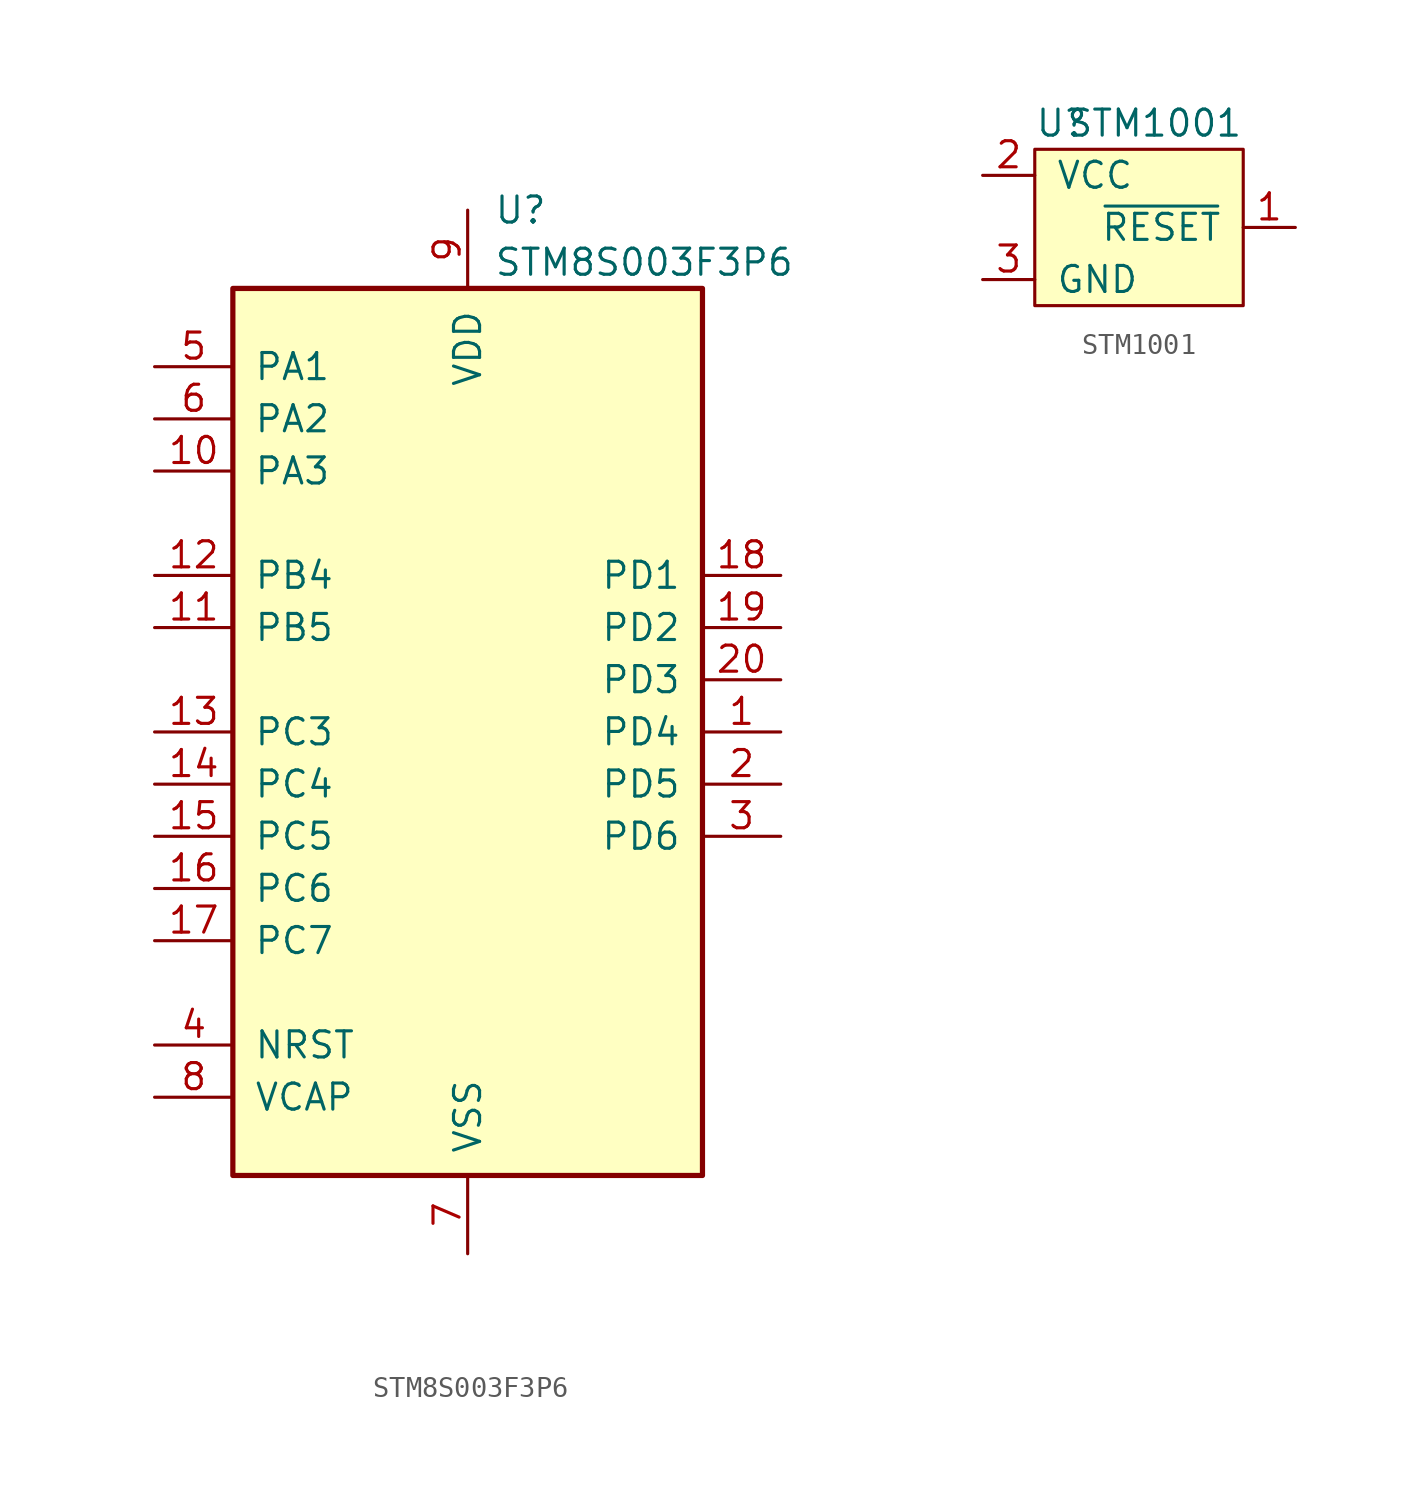
<source format=kicad_sym>
(kicad_symbol_lib
  (version 20211014)
  (generator kicad_symbol_editor)
  (symbol "STM8S003F3P6"
    (pin_names
      (offset 1.016))
    (property "Reference" "U"
      (at 1.27 25.4 0)
      (effects (font (size 1.27 1.27)) (justify left)))
    (property "Value" "STM8S003F3P6"
      (at 1.27 22.86 0)
      (effects (font (size 1.27 1.27)) (justify left)))
    (symbol "STM8S003F3P6_0_1"
      (rectangle (start -11.43 21.59) (end 11.43 -21.59) (stroke (width 0.254) (type default) (color 0 0 0 0)) (fill (type background))))
    (symbol "STM8S003F3P6_1_1"
      (pin bidirectional line (at 15.24 0 180) (length 3.81) (name "PD4" (effects (font (size 1.27 1.27)))) (number "1" (effects (font (size 1.27 1.27)))))
      (pin bidirectional line (at -15.24 12.7 0) (length 3.81) (name "PA3" (effects (font (size 1.27 1.27)))) (number "10" (effects (font (size 1.27 1.27)))))
      (pin bidirectional line (at -15.24 5.08 0) (length 3.81) (name "PB5" (effects (font (size 1.27 1.27)))) (number "11" (effects (font (size 1.27 1.27)))))
      (pin bidirectional line (at -15.24 7.62 0) (length 3.81) (name "PB4" (effects (font (size 1.27 1.27)))) (number "12" (effects (font (size 1.27 1.27)))))
      (pin bidirectional line (at -15.24 0 0) (length 3.81) (name "PC3" (effects (font (size 1.27 1.27)))) (number "13" (effects (font (size 1.27 1.27)))))
      (pin bidirectional line (at -15.24 -2.54 0) (length 3.81) (name "PC4" (effects (font (size 1.27 1.27)))) (number "14" (effects (font (size 1.27 1.27)))))
      (pin bidirectional line (at -15.24 -5.08 0) (length 3.81) (name "PC5" (effects (font (size 1.27 1.27)))) (number "15" (effects (font (size 1.27 1.27)))))
      (pin bidirectional line (at -15.24 -7.62 0) (length 3.81) (name "PC6" (effects (font (size 1.27 1.27)))) (number "16" (effects (font (size 1.27 1.27)))))
      (pin bidirectional line (at -15.24 -10.16 0) (length 3.81) (name "PC7" (effects (font (size 1.27 1.27)))) (number "17" (effects (font (size 1.27 1.27)))))
      (pin bidirectional line (at 15.24 7.62 180) (length 3.81) (name "PD1" (effects (font (size 1.27 1.27)))) (number "18" (effects (font (size 1.27 1.27)))))
      (pin bidirectional line (at 15.24 5.08 180) (length 3.81) (name "PD2" (effects (font (size 1.27 1.27)))) (number "19" (effects (font (size 1.27 1.27)))))
      (pin bidirectional line (at 15.24 -2.54 180) (length 3.81) (name "PD5" (effects (font (size 1.27 1.27)))) (number "2" (effects (font (size 1.27 1.27)))))
      (pin bidirectional line (at 15.24 2.54 180) (length 3.81) (name "PD3" (effects (font (size 1.27 1.27)))) (number "20" (effects (font (size 1.27 1.27)))))
      (pin bidirectional line (at 15.24 -5.08 180) (length 3.81) (name "PD6" (effects (font (size 1.27 1.27)))) (number "3" (effects (font (size 1.27 1.27)))))
      (pin input line (at -15.24 -15.24 0) (length 3.81) (name "NRST" (effects (font (size 1.27 1.27)))) (number "4" (effects (font (size 1.27 1.27)))))
      (pin bidirectional line (at -15.24 17.78 0) (length 3.81) (name "PA1" (effects (font (size 1.27 1.27)))) (number "5" (effects (font (size 1.27 1.27)))))
      (pin bidirectional line (at -15.24 15.24 0) (length 3.81) (name "PA2" (effects (font (size 1.27 1.27)))) (number "6" (effects (font (size 1.27 1.27)))))
      (pin power_in line (at 0 -25.4 90) (length 3.81) (name "VSS" (effects (font (size 1.27 1.27)))) (number "7" (effects (font (size 1.27 1.27)))))
      (pin passive line (at -15.24 -17.78 0) (length 3.81) (name "VCAP" (effects (font (size 1.27 1.27)))) (number "8" (effects (font (size 1.27 1.27)))))
      (pin power_in line (at 0 25.4 270) (length 3.81) (name "VDD" (effects (font (size 1.27 1.27)))) (number "9" (effects (font (size 1.27 1.27)))))))
  (symbol "STM1001"
    (pin_names
      (offset 1.016))
    (property "Reference" "U"
      (at -5.08 5.08 0)
      (effects (font (size 1.27 1.27)) (justify left)))
    (property "Value" "STM1001"
      (at 5.08 5.08 0)
      (effects (font (size 1.27 1.27)) (justify right)))
    (symbol "STM1001_0_1"
      (rectangle (start -5.08 3.81) (end 5.08 -3.81) (stroke (width 0) (type default) (color 0 0 0 0)) (fill (type background))))
    (symbol "STM1001_1_1"
      (pin output line (at 7.62 0 180) (length 2.54) (name "~{RESET}" (effects (font (size 1.27 1.27)))) (number "1" (effects (font (size 1.27 1.27)))))
      (pin power_in line (at -7.62 2.54 0) (length 2.54) (name "VCC" (effects (font (size 1.27 1.27)))) (number "2" (effects (font (size 1.27 1.27)))))
      (pin power_in line (at -7.62 -2.54 0) (length 2.54) (name "GND" (effects (font (size 1.27 1.27)))) (number "3" (effects (font (size 1.27 1.27))))))))
</source>
